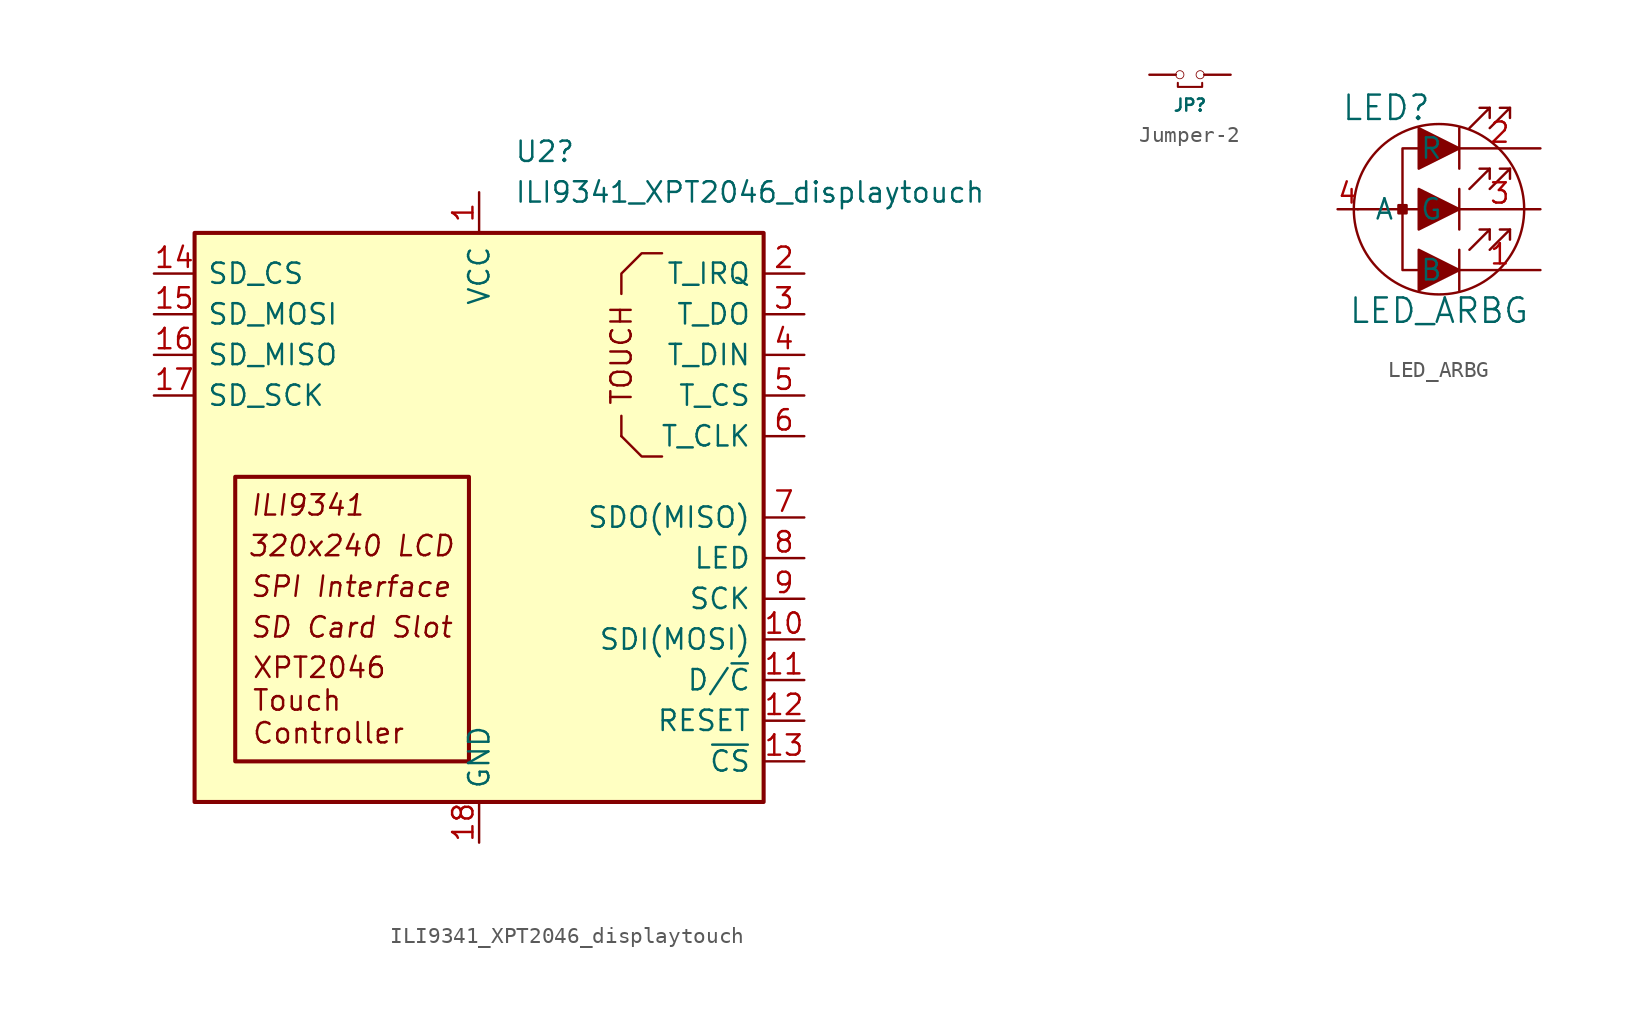
<source format=kicad_sym>
(kicad_symbol_lib
  (version 20231120)
  (generator "kicad_symbol_editor")
  (generator_version "8.0")
  (symbol "ILI9341_XPT2046_displaytouch"
    (pin_names
      (offset 0.762))
    (property "Reference" "U2"
      (at 2.194 17.78 0)
      (effects (font (size 1.27 1.27)) (justify left)))
    (property "Value" "ILI9341_XPT2046_displaytouch"
      (at 2.194 15.24 0)
      (effects (font (size 1.27 1.27)) (justify left)))
    (symbol "ILI9341_XPT2046_displaytouch_0_0"
      (text "320x240 LCD" (at -8.001 -6.858 0) (effects (font (size 1.27 1.27) (italic yes))))
      (text "ILI9341" (at -14.351 -4.318 0) (effects (font (size 1.27 1.27) (italic yes)) (justify left)))
      (text "SPI Interface" (at -14.351 -9.398 0) (effects (font (size 1.27 1.27) (italic yes)) (justify left))))
    (symbol "ILI9341_XPT2046_displaytouch_0_1"
      (rectangle (start -17.78 12.7) (end 17.78 -22.86) (stroke (width 0.254) (type default)) (fill (type background)))
      (rectangle (start -15.24 -2.54) (end -0.635 -20.32) (stroke (width 0.254) (type default)) (fill (type none)))
      (polyline (pts (xy 8.89 0) (xy 8.89 1.27)) (stroke (width 0) (type default)) (fill (type none)))
      (polyline (pts (xy 8.89 8.89) (xy 8.89 10.16) (xy 10.16 11.43) (xy 11.43 11.43)) (stroke (width 0) (type default)) (fill (type none))))
    (symbol "ILI9341_XPT2046_displaytouch_1_0"
      (text "SD Card Slot" (at -14.351 -11.938 0) (effects (font (size 1.27 1.27) (italic yes)) (justify left)))
      (text "XPT2046\nTouch\nController\n" (at -14.224 -16.51 0) (effects (font (size 1.27 1.27)) (justify left))))
    (symbol "ILI9341_XPT2046_displaytouch_1_1"
      (polyline (pts (xy 8.89 0) (xy 10.16 -1.27) (xy 11.43 -1.27)) (stroke (width 0) (type default)) (fill (type none)))
      (text "TOUCH" (at 8.89 5.08 900) (effects (font (size 1.27 1.27))))
      (pin power_in line (at 0 15.24 270) (length 2.54) (name "VCC" (effects (font (size 1.27 1.27)))) (number "1" (effects (font (size 1.27 1.27)))))
      (pin bidirectional line (at 20.32 -12.7 180) (length 2.54) (name "SDI(MOSI)" (effects (font (size 1.27 1.27)))) (number "10" (effects (font (size 1.27 1.27)))))
      (pin input line (at 20.32 -15.24 180) (length 2.54) (name "D/~{C}" (effects (font (size 1.27 1.27)))) (number "11" (effects (font (size 1.27 1.27)))))
      (pin input line (at 20.32 -17.78 180) (length 2.54) (name "RESET" (effects (font (size 1.27 1.27)))) (number "12" (effects (font (size 1.27 1.27)))))
      (pin input line (at 20.32 -20.32 180) (length 2.54) (name "~{CS}" (effects (font (size 1.27 1.27)))) (number "13" (effects (font (size 1.27 1.27)))))
      (pin input line (at -20.32 10.16 0) (length 2.54) (name "SD_CS" (effects (font (size 1.27 1.27)))) (number "14" (effects (font (size 1.27 1.27)))))
      (pin input line (at -20.32 7.62 0) (length 2.54) (name "SD_MOSI" (effects (font (size 1.27 1.27)))) (number "15" (effects (font (size 1.27 1.27)))))
      (pin output line (at -20.32 5.08 0) (length 2.54) (name "SD_MISO" (effects (font (size 1.27 1.27)))) (number "16" (effects (font (size 1.27 1.27)))))
      (pin input line (at -20.32 2.54 0) (length 2.54) (name "SD_SCK" (effects (font (size 1.27 1.27)))) (number "17" (effects (font (size 1.27 1.27)))))
      (pin power_in line (at 0 -25.4 90) (length 2.54) (name "GND" (effects (font (size 1.27 1.27)))) (number "18" (effects (font (size 1.27 1.27)))))
      (pin open_collector line (at 20.32 10.16 180) (length 2.54) (name "T_IRQ" (effects (font (size 1.27 1.27)))) (number "2" (effects (font (size 1.27 1.27)))))
      (pin output line (at 20.32 7.62 180) (length 2.54) (name "T_DO" (effects (font (size 1.27 1.27)))) (number "3" (effects (font (size 1.27 1.27)))))
      (pin input line (at 20.32 5.08 180) (length 2.54) (name "T_DIN" (effects (font (size 1.27 1.27)))) (number "4" (effects (font (size 1.27 1.27)))))
      (pin input line (at 20.32 2.54 180) (length 2.54) (name "T_CS" (effects (font (size 1.27 1.27)))) (number "5" (effects (font (size 1.27 1.27)))))
      (pin input line (at 20.32 0 180) (length 2.54) (name "T_CLK" (effects (font (size 1.27 1.27)))) (number "6" (effects (font (size 1.27 1.27)))))
      (pin output line (at 20.32 -5.08 180) (length 2.54) (name "SDO(MISO)" (effects (font (size 1.27 1.27)))) (number "7" (effects (font (size 1.27 1.27)))))
      (pin power_in line (at 20.32 -7.62 180) (length 2.54) (name "LED" (effects (font (size 1.27 1.27)))) (number "8" (effects (font (size 1.27 1.27)))))
      (pin input line (at 20.32 -10.16 180) (length 2.54) (name "SCK" (effects (font (size 1.27 1.27)))) (number "9" (effects (font (size 1.27 1.27)))))))
  (symbol "Jumper-2"
    (pin_numbers hide)
    (pin_names
      (offset 0) hide)
    (property "Reference" "JP"
      (at 0 -1.905 0)
      (effects (font (size 0.762 0.762))))
    (property "Footprint" ""
      (at 0 0 0)
      (effects (font (size 1.524 1.524))))
    (property "Datasheet" ""
      (at 0 0 0)
      (effects (font (size 1.524 1.524))))
    (symbol "Jumper-2_0_1"
      (circle (center -0.635 0) (radius 0.254) (stroke (width 0.051) (type solid)) (fill (type none)))
      (polyline (pts (xy -0.762 -0.508) (xy -0.762 -0.762) (xy 0.762 -0.762) (xy 0.762 -0.508) (xy 0.762 -0.508)) (stroke (width 0.127) (type solid)) (fill (type none)))
      (circle (center 0.635 0) (radius 0.254) (stroke (width 0.051) (type solid)) (fill (type none))))
    (symbol "Jumper-2_1_1"
      (pin passive line (at -2.54 0 0) (length 1.651) (name "A" (effects (font (size 1.27 1.27)))) (number "1" (effects (font (size 1.27 1.27)))))
      (pin passive line (at 2.54 0 180) (length 1.651) (name "B" (effects (font (size 1.27 1.27)))) (number "2" (effects (font (size 1.27 1.27)))))))
  (symbol "LED_ARBG"
    (pin_names
      (offset 1.016))
    (property "Reference" "LED"
      (at -3.302 6.35 0)
      (effects (font (size 1.524 1.524))))
    (property "Value" "LED_ARBG"
      (at 0 -6.35 0)
      (effects (font (size 1.524 1.524))))
    (property "Footprint" ""
      (at 0 0 0)
      (effects (font (size 1.524 1.524))))
    (property "Datasheet" ""
      (at 0 0 0)
      (effects (font (size 1.524 1.524))))
    (symbol "LED_ARBG_0_1"
      (rectangle (start -2.54 0.254) (end -2.032 -0.254) (stroke (width 0) (type solid)) (fill (type outline)))
      (polyline (pts (xy -1.27 0) (xy -5.08 0)) (stroke (width 0) (type solid)) (fill (type outline)))
      (polyline (pts (xy 1.27 -2.54) (xy 1.27 -5.08)) (stroke (width 0) (type solid)) (fill (type none)))
      (polyline (pts (xy 1.27 1.27) (xy 1.27 -1.27)) (stroke (width 0) (type solid)) (fill (type none)))
      (polyline (pts (xy 1.27 5.08) (xy 1.27 2.54)) (stroke (width 0) (type solid)) (fill (type none)))
      (polyline (pts (xy 2.54 -1.27) (xy 3.175 -1.27)) (stroke (width 0) (type solid)) (fill (type none)))
      (polyline (pts (xy 2.54 2.54) (xy 3.175 2.54)) (stroke (width 0) (type solid)) (fill (type none)))
      (polyline (pts (xy 2.54 6.35) (xy 3.175 6.35)) (stroke (width 0) (type solid)) (fill (type none)))
      (polyline (pts (xy 3.81 -1.27) (xy 4.445 -1.27)) (stroke (width 0) (type solid)) (fill (type none)))
      (polyline (pts (xy 3.81 2.54) (xy 4.445 2.54)) (stroke (width 0) (type solid)) (fill (type none)))
      (polyline (pts (xy 3.81 6.35) (xy 4.445 6.35)) (stroke (width 0) (type solid)) (fill (type none)))
      (polyline (pts (xy 1.905 -2.54) (xy 3.175 -1.27) (xy 3.175 -1.905)) (stroke (width 0) (type solid)) (fill (type none)))
      (polyline (pts (xy 1.905 5.08) (xy 3.175 6.35) (xy 3.175 5.715)) (stroke (width 0) (type solid)) (fill (type none)))
      (polyline (pts (xy 3.175 -2.54) (xy 4.445 -1.27) (xy 4.445 -1.905)) (stroke (width 0) (type solid)) (fill (type none)))
      (polyline (pts (xy 3.175 1.27) (xy 4.445 2.54) (xy 4.445 1.905)) (stroke (width 0) (type solid)) (fill (type none)))
      (polyline (pts (xy 3.175 5.08) (xy 4.445 6.35) (xy 4.445 5.715)) (stroke (width 0) (type solid)) (fill (type none)))
      (polyline (pts (xy -1.27 -2.54) (xy -1.27 -5.08) (xy 1.27 -3.81) (xy -1.27 -2.54)) (stroke (width 0) (type solid)) (fill (type outline)))
      (polyline (pts (xy -1.27 1.27) (xy -1.27 -1.27) (xy 1.27 0) (xy -1.27 1.27)) (stroke (width 0) (type solid)) (fill (type outline)))
      (polyline (pts (xy -1.27 3.81) (xy -2.286 3.81) (xy -2.286 -3.81) (xy -1.27 -3.81)) (stroke (width 0) (type solid)) (fill (type none)))
      (polyline (pts (xy -1.27 5.08) (xy -1.27 2.54) (xy 1.27 3.81) (xy -1.27 5.08)) (stroke (width 0) (type solid)) (fill (type outline)))
      (polyline (pts (xy 1.905 1.27) (xy 3.175 2.54) (xy 3.175 1.905) (xy 3.175 1.905)) (stroke (width 0) (type solid)) (fill (type none)))
      (circle (center 0 0) (radius 5.334) (stroke (width 0) (type solid)) (fill (type none))))
    (symbol "LED_ARBG_1_1"
      (pin passive line (at 6.35 -3.81 180) (length 5.08) (name "B" (effects (font (size 1.27 1.27)))) (number "1" (effects (font (size 1.27 1.27)))))
      (pin passive line (at 6.35 3.81 180) (length 5.08) (name "R" (effects (font (size 1.27 1.27)))) (number "2" (effects (font (size 1.27 1.27)))))
      (pin passive line (at 6.35 0 180) (length 5.08) (name "G" (effects (font (size 1.27 1.27)))) (number "3" (effects (font (size 1.27 1.27)))))
      (pin passive line (at -6.35 0 0) (length 1.27) (name "A" (effects (font (size 1.27 1.27)))) (number "4" (effects (font (size 1.27 1.27))))))))
</source>
